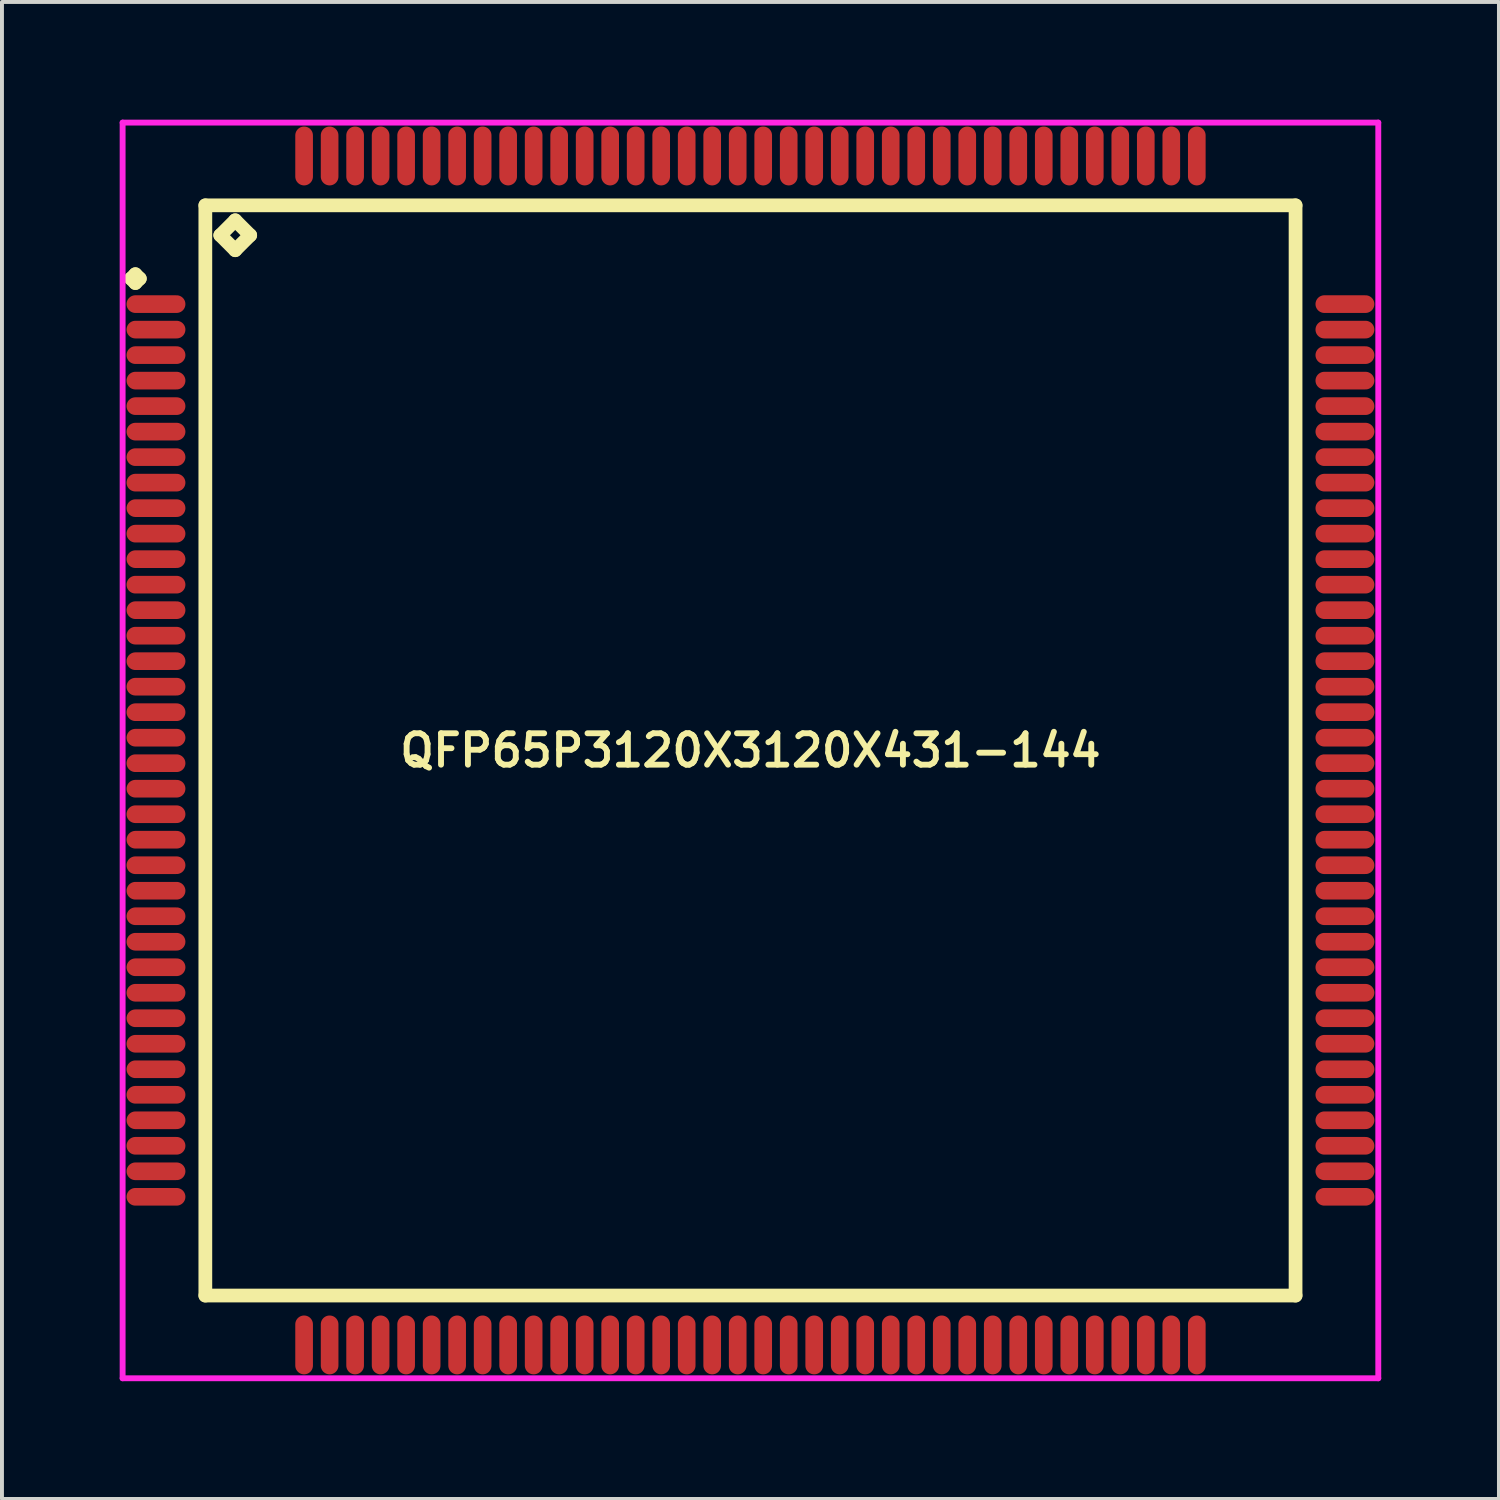
<source format=kicad_pcb>
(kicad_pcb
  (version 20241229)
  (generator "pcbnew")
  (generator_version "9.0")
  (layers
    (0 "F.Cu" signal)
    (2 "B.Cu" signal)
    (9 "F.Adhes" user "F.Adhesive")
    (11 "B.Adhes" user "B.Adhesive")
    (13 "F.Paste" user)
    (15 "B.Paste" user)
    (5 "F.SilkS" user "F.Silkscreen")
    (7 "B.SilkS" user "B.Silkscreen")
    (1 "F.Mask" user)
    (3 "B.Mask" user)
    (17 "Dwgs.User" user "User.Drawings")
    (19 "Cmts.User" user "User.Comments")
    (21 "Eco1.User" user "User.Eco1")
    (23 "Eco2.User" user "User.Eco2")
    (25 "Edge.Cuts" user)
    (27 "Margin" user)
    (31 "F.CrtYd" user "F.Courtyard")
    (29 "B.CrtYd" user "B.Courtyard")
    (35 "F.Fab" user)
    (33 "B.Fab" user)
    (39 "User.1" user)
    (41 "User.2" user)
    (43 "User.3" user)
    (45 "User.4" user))
  (footprint "QFP65P3120X3120X431-144"
    (layer "F.Cu")
    (at 16.075 16.075)
    (property "Reference" "QFP65P3120X3120X431-144" (at 0 0 0) (layer "F.SilkS") (effects (font (size 0.8 0.8) (thickness 0.15))))
    (attr smd)
    (fp_line (start -15.787 -12.025) (end -15.675 -12.137) (stroke (width 0.35) (type solid)) (layer "F.SilkS"))
    (fp_line (start -15.675 -12.137) (end -15.562 -12.025) (stroke (width 0.35) (type solid)) (layer "F.SilkS"))
    (fp_line (start -15.675 -11.912) (end -15.787 -12.025) (stroke (width 0.35) (type solid)) (layer "F.SilkS"))
    (fp_line (start -15.562 -12.025) (end -15.675 -11.912) (stroke (width 0.35) (type solid)) (layer "F.SilkS"))
    (fp_line (start -13.892 -13.892) (end -13.892 13.892) (stroke (width 0.35) (type solid)) (layer "F.SilkS"))
    (fp_line (start -13.892 13.892) (end 13.892 13.892) (stroke (width 0.35) (type solid)) (layer "F.SilkS"))
    (fp_line (start -13.511 -13.13) (end -13.13 -13.511) (stroke (width 0.35) (type solid)) (layer "F.SilkS"))
    (fp_line (start -13.13 -13.511) (end -12.749 -13.13) (stroke (width 0.35) (type solid)) (layer "F.SilkS"))
    (fp_line (start -13.13 -12.749) (end -13.511 -13.13) (stroke (width 0.35) (type solid)) (layer "F.SilkS"))
    (fp_line (start -12.749 -13.13) (end -13.13 -12.749) (stroke (width 0.35) (type solid)) (layer "F.SilkS"))
    (fp_line (start 13.892 -13.892) (end -13.892 -13.892) (stroke (width 0.35) (type solid)) (layer "F.SilkS"))
    (fp_line (start 13.892 13.892) (end 13.892 -13.892) (stroke (width 0.35) (type solid)) (layer "F.SilkS"))
    (fp_line (start -16 -16) (end 16 -16) (stroke (width 0.15) (type solid)) (layer "F.CrtYd"))
    (fp_line (start -16 16) (end -16 -16) (stroke (width 0.15) (type solid)) (layer "F.CrtYd"))
    (fp_line (start 16 -16) (end 16 16) (stroke (width 0.15) (type solid)) (layer "F.CrtYd"))
    (fp_line (start 16 16) (end -16 16) (stroke (width 0.15) (type solid)) (layer "F.CrtYd"))
    (pad "1" smd oval (at -15.15 -11.375) (size 1.5 0.45) (layers "F.Cu" "F.Mask" "F.Paste"))
    (pad "2" smd oval (at -15.15 -10.725) (size 1.5 0.45) (layers "F.Cu" "F.Mask" "F.Paste"))
    (pad "3" smd oval (at -15.15 -10.075) (size 1.5 0.45) (layers "F.Cu" "F.Mask" "F.Paste"))
    (pad "4" smd oval (at -15.15 -9.425) (size 1.5 0.45) (layers "F.Cu" "F.Mask" "F.Paste"))
    (pad "5" smd oval (at -15.15 -8.775) (size 1.5 0.45) (layers "F.Cu" "F.Mask" "F.Paste"))
    (pad "6" smd oval (at -15.15 -8.125) (size 1.5 0.45) (layers "F.Cu" "F.Mask" "F.Paste"))
    (pad "7" smd oval (at -15.15 -7.475) (size 1.5 0.45) (layers "F.Cu" "F.Mask" "F.Paste"))
    (pad "8" smd oval (at -15.15 -6.825) (size 1.5 0.45) (layers "F.Cu" "F.Mask" "F.Paste"))
    (pad "9" smd oval (at -15.15 -6.175) (size 1.5 0.45) (layers "F.Cu" "F.Mask" "F.Paste"))
    (pad "10" smd oval (at -15.15 -5.525) (size 1.5 0.45) (layers "F.Cu" "F.Mask" "F.Paste"))
    (pad "11" smd oval (at -15.15 -4.875) (size 1.5 0.45) (layers "F.Cu" "F.Mask" "F.Paste"))
    (pad "12" smd oval (at -15.15 -4.225) (size 1.5 0.45) (layers "F.Cu" "F.Mask" "F.Paste"))
    (pad "13" smd oval (at -15.15 -3.575) (size 1.5 0.45) (layers "F.Cu" "F.Mask" "F.Paste"))
    (pad "14" smd oval (at -15.15 -2.925) (size 1.5 0.45) (layers "F.Cu" "F.Mask" "F.Paste"))
    (pad "15" smd oval (at -15.15 -2.275) (size 1.5 0.45) (layers "F.Cu" "F.Mask" "F.Paste"))
    (pad "16" smd oval (at -15.15 -1.625) (size 1.5 0.45) (layers "F.Cu" "F.Mask" "F.Paste"))
    (pad "17" smd oval (at -15.15 -0.975) (size 1.5 0.45) (layers "F.Cu" "F.Mask" "F.Paste"))
    (pad "18" smd oval (at -15.15 -0.325) (size 1.5 0.45) (layers "F.Cu" "F.Mask" "F.Paste"))
    (pad "19" smd oval (at -15.15 0.325) (size 1.5 0.45) (layers "F.Cu" "F.Mask" "F.Paste"))
    (pad "20" smd oval (at -15.15 0.975) (size 1.5 0.45) (layers "F.Cu" "F.Mask" "F.Paste"))
    (pad "21" smd oval (at -15.15 1.625) (size 1.5 0.45) (layers "F.Cu" "F.Mask" "F.Paste"))
    (pad "22" smd oval (at -15.15 2.275) (size 1.5 0.45) (layers "F.Cu" "F.Mask" "F.Paste"))
    (pad "23" smd oval (at -15.15 2.925) (size 1.5 0.45) (layers "F.Cu" "F.Mask" "F.Paste"))
    (pad "24" smd oval (at -15.15 3.575) (size 1.5 0.45) (layers "F.Cu" "F.Mask" "F.Paste"))
    (pad "25" smd oval (at -15.15 4.225) (size 1.5 0.45) (layers "F.Cu" "F.Mask" "F.Paste"))
    (pad "26" smd oval (at -15.15 4.875) (size 1.5 0.45) (layers "F.Cu" "F.Mask" "F.Paste"))
    (pad "27" smd oval (at -15.15 5.525) (size 1.5 0.45) (layers "F.Cu" "F.Mask" "F.Paste"))
    (pad "28" smd oval (at -15.15 6.175) (size 1.5 0.45) (layers "F.Cu" "F.Mask" "F.Paste"))
    (pad "29" smd oval (at -15.15 6.825) (size 1.5 0.45) (layers "F.Cu" "F.Mask" "F.Paste"))
    (pad "30" smd oval (at -15.15 7.475) (size 1.5 0.45) (layers "F.Cu" "F.Mask" "F.Paste"))
    (pad "31" smd oval (at -15.15 8.125) (size 1.5 0.45) (layers "F.Cu" "F.Mask" "F.Paste"))
    (pad "32" smd oval (at -15.15 8.775) (size 1.5 0.45) (layers "F.Cu" "F.Mask" "F.Paste"))
    (pad "33" smd oval (at -15.15 9.425) (size 1.5 0.45) (layers "F.Cu" "F.Mask" "F.Paste"))
    (pad "34" smd oval (at -15.15 10.075) (size 1.5 0.45) (layers "F.Cu" "F.Mask" "F.Paste"))
    (pad "35" smd oval (at -15.15 10.725) (size 1.5 0.45) (layers "F.Cu" "F.Mask" "F.Paste"))
    (pad "36" smd oval (at -15.15 11.375) (size 1.5 0.45) (layers "F.Cu" "F.Mask" "F.Paste"))
    (pad "37" smd oval (at -11.375 15.15) (size 0.45 1.5) (layers "F.Cu" "F.Mask" "F.Paste"))
    (pad "38" smd oval (at -10.725 15.15) (size 0.45 1.5) (layers "F.Cu" "F.Mask" "F.Paste"))
    (pad "39" smd oval (at -10.075 15.15) (size 0.45 1.5) (layers "F.Cu" "F.Mask" "F.Paste"))
    (pad "40" smd oval (at -9.425 15.15) (size 0.45 1.5) (layers "F.Cu" "F.Mask" "F.Paste"))
    (pad "41" smd oval (at -8.775 15.15) (size 0.45 1.5) (layers "F.Cu" "F.Mask" "F.Paste"))
    (pad "42" smd oval (at -8.125 15.15) (size 0.45 1.5) (layers "F.Cu" "F.Mask" "F.Paste"))
    (pad "43" smd oval (at -7.475 15.15) (size 0.45 1.5) (layers "F.Cu" "F.Mask" "F.Paste"))
    (pad "44" smd oval (at -6.825 15.15) (size 0.45 1.5) (layers "F.Cu" "F.Mask" "F.Paste"))
    (pad "45" smd oval (at -6.175 15.15) (size 0.45 1.5) (layers "F.Cu" "F.Mask" "F.Paste"))
    (pad "46" smd oval (at -5.525 15.15) (size 0.45 1.5) (layers "F.Cu" "F.Mask" "F.Paste"))
    (pad "47" smd oval (at -4.875 15.15) (size 0.45 1.5) (layers "F.Cu" "F.Mask" "F.Paste"))
    (pad "48" smd oval (at -4.225 15.15) (size 0.45 1.5) (layers "F.Cu" "F.Mask" "F.Paste"))
    (pad "49" smd oval (at -3.575 15.15) (size 0.45 1.5) (layers "F.Cu" "F.Mask" "F.Paste"))
    (pad "50" smd oval (at -2.925 15.15) (size 0.45 1.5) (layers "F.Cu" "F.Mask" "F.Paste"))
    (pad "51" smd oval (at -2.275 15.15) (size 0.45 1.5) (layers "F.Cu" "F.Mask" "F.Paste"))
    (pad "52" smd oval (at -1.625 15.15) (size 0.45 1.5) (layers "F.Cu" "F.Mask" "F.Paste"))
    (pad "53" smd oval (at -0.975 15.15) (size 0.45 1.5) (layers "F.Cu" "F.Mask" "F.Paste"))
    (pad "54" smd oval (at -0.325 15.15) (size 0.45 1.5) (layers "F.Cu" "F.Mask" "F.Paste"))
    (pad "55" smd oval (at 0.325 15.15) (size 0.45 1.5) (layers "F.Cu" "F.Mask" "F.Paste"))
    (pad "56" smd oval (at 0.975 15.15) (size 0.45 1.5) (layers "F.Cu" "F.Mask" "F.Paste"))
    (pad "57" smd oval (at 1.625 15.15) (size 0.45 1.5) (layers "F.Cu" "F.Mask" "F.Paste"))
    (pad "58" smd oval (at 2.275 15.15) (size 0.45 1.5) (layers "F.Cu" "F.Mask" "F.Paste"))
    (pad "59" smd oval (at 2.925 15.15) (size 0.45 1.5) (layers "F.Cu" "F.Mask" "F.Paste"))
    (pad "60" smd oval (at 3.575 15.15) (size 0.45 1.5) (layers "F.Cu" "F.Mask" "F.Paste"))
    (pad "61" smd oval (at 4.225 15.15) (size 0.45 1.5) (layers "F.Cu" "F.Mask" "F.Paste"))
    (pad "62" smd oval (at 4.875 15.15) (size 0.45 1.5) (layers "F.Cu" "F.Mask" "F.Paste"))
    (pad "63" smd oval (at 5.525 15.15) (size 0.45 1.5) (layers "F.Cu" "F.Mask" "F.Paste"))
    (pad "64" smd oval (at 6.175 15.15) (size 0.45 1.5) (layers "F.Cu" "F.Mask" "F.Paste"))
    (pad "65" smd oval (at 6.825 15.15) (size 0.45 1.5) (layers "F.Cu" "F.Mask" "F.Paste"))
    (pad "66" smd oval (at 7.475 15.15) (size 0.45 1.5) (layers "F.Cu" "F.Mask" "F.Paste"))
    (pad "67" smd oval (at 8.125 15.15) (size 0.45 1.5) (layers "F.Cu" "F.Mask" "F.Paste"))
    (pad "68" smd oval (at 8.775 15.15) (size 0.45 1.5) (layers "F.Cu" "F.Mask" "F.Paste"))
    (pad "69" smd oval (at 9.425 15.15) (size 0.45 1.5) (layers "F.Cu" "F.Mask" "F.Paste"))
    (pad "70" smd oval (at 10.075 15.15) (size 0.45 1.5) (layers "F.Cu" "F.Mask" "F.Paste"))
    (pad "71" smd oval (at 10.725 15.15) (size 0.45 1.5) (layers "F.Cu" "F.Mask" "F.Paste"))
    (pad "72" smd oval (at 11.375 15.15) (size 0.45 1.5) (layers "F.Cu" "F.Mask" "F.Paste"))
    (pad "73" smd oval (at 15.15 11.375) (size 1.5 0.45) (layers "F.Cu" "F.Mask" "F.Paste"))
    (pad "74" smd oval (at 15.15 10.725) (size 1.5 0.45) (layers "F.Cu" "F.Mask" "F.Paste"))
    (pad "75" smd oval (at 15.15 10.075) (size 1.5 0.45) (layers "F.Cu" "F.Mask" "F.Paste"))
    (pad "76" smd oval (at 15.15 9.425) (size 1.5 0.45) (layers "F.Cu" "F.Mask" "F.Paste"))
    (pad "77" smd oval (at 15.15 8.775) (size 1.5 0.45) (layers "F.Cu" "F.Mask" "F.Paste"))
    (pad "78" smd oval (at 15.15 8.125) (size 1.5 0.45) (layers "F.Cu" "F.Mask" "F.Paste"))
    (pad "79" smd oval (at 15.15 7.475) (size 1.5 0.45) (layers "F.Cu" "F.Mask" "F.Paste"))
    (pad "80" smd oval (at 15.15 6.825) (size 1.5 0.45) (layers "F.Cu" "F.Mask" "F.Paste"))
    (pad "81" smd oval (at 15.15 6.175) (size 1.5 0.45) (layers "F.Cu" "F.Mask" "F.Paste"))
    (pad "82" smd oval (at 15.15 5.525) (size 1.5 0.45) (layers "F.Cu" "F.Mask" "F.Paste"))
    (pad "83" smd oval (at 15.15 4.875) (size 1.5 0.45) (layers "F.Cu" "F.Mask" "F.Paste"))
    (pad "84" smd oval (at 15.15 4.225) (size 1.5 0.45) (layers "F.Cu" "F.Mask" "F.Paste"))
    (pad "85" smd oval (at 15.15 3.575) (size 1.5 0.45) (layers "F.Cu" "F.Mask" "F.Paste"))
    (pad "86" smd oval (at 15.15 2.925) (size 1.5 0.45) (layers "F.Cu" "F.Mask" "F.Paste"))
    (pad "87" smd oval (at 15.15 2.275) (size 1.5 0.45) (layers "F.Cu" "F.Mask" "F.Paste"))
    (pad "88" smd oval (at 15.15 1.625) (size 1.5 0.45) (layers "F.Cu" "F.Mask" "F.Paste"))
    (pad "89" smd oval (at 15.15 0.975) (size 1.5 0.45) (layers "F.Cu" "F.Mask" "F.Paste"))
    (pad "90" smd oval (at 15.15 0.325) (size 1.5 0.45) (layers "F.Cu" "F.Mask" "F.Paste"))
    (pad "91" smd oval (at 15.15 -0.325) (size 1.5 0.45) (layers "F.Cu" "F.Mask" "F.Paste"))
    (pad "92" smd oval (at 15.15 -0.975) (size 1.5 0.45) (layers "F.Cu" "F.Mask" "F.Paste"))
    (pad "93" smd oval (at 15.15 -1.625) (size 1.5 0.45) (layers "F.Cu" "F.Mask" "F.Paste"))
    (pad "94" smd oval (at 15.15 -2.275) (size 1.5 0.45) (layers "F.Cu" "F.Mask" "F.Paste"))
    (pad "95" smd oval (at 15.15 -2.925) (size 1.5 0.45) (layers "F.Cu" "F.Mask" "F.Paste"))
    (pad "96" smd oval (at 15.15 -3.575) (size 1.5 0.45) (layers "F.Cu" "F.Mask" "F.Paste"))
    (pad "97" smd oval (at 15.15 -4.225) (size 1.5 0.45) (layers "F.Cu" "F.Mask" "F.Paste"))
    (pad "98" smd oval (at 15.15 -4.875) (size 1.5 0.45) (layers "F.Cu" "F.Mask" "F.Paste"))
    (pad "99" smd oval (at 15.15 -5.525) (size 1.5 0.45) (layers "F.Cu" "F.Mask" "F.Paste"))
    (pad "100" smd oval (at 15.15 -6.175) (size 1.5 0.45) (layers "F.Cu" "F.Mask" "F.Paste"))
    (pad "101" smd oval (at 15.15 -6.825) (size 1.5 0.45) (layers "F.Cu" "F.Mask" "F.Paste"))
    (pad "102" smd oval (at 15.15 -7.475) (size 1.5 0.45) (layers "F.Cu" "F.Mask" "F.Paste"))
    (pad "103" smd oval (at 15.15 -8.125) (size 1.5 0.45) (layers "F.Cu" "F.Mask" "F.Paste"))
    (pad "104" smd oval (at 15.15 -8.775) (size 1.5 0.45) (layers "F.Cu" "F.Mask" "F.Paste"))
    (pad "105" smd oval (at 15.15 -9.425) (size 1.5 0.45) (layers "F.Cu" "F.Mask" "F.Paste"))
    (pad "106" smd oval (at 15.15 -10.075) (size 1.5 0.45) (layers "F.Cu" "F.Mask" "F.Paste"))
    (pad "107" smd oval (at 15.15 -10.725) (size 1.5 0.45) (layers "F.Cu" "F.Mask" "F.Paste"))
    (pad "108" smd oval (at 15.15 -11.375) (size 1.5 0.45) (layers "F.Cu" "F.Mask" "F.Paste"))
    (pad "109" smd oval (at 11.375 -15.15) (size 0.45 1.5) (layers "F.Cu" "F.Mask" "F.Paste"))
    (pad "110" smd oval (at 10.725 -15.15) (size 0.45 1.5) (layers "F.Cu" "F.Mask" "F.Paste"))
    (pad "111" smd oval (at 10.075 -15.15) (size 0.45 1.5) (layers "F.Cu" "F.Mask" "F.Paste"))
    (pad "112" smd oval (at 9.425 -15.15) (size 0.45 1.5) (layers "F.Cu" "F.Mask" "F.Paste"))
    (pad "113" smd oval (at 8.775 -15.15) (size 0.45 1.5) (layers "F.Cu" "F.Mask" "F.Paste"))
    (pad "114" smd oval (at 8.125 -15.15) (size 0.45 1.5) (layers "F.Cu" "F.Mask" "F.Paste"))
    (pad "115" smd oval (at 7.475 -15.15) (size 0.45 1.5) (layers "F.Cu" "F.Mask" "F.Paste"))
    (pad "116" smd oval (at 6.825 -15.15) (size 0.45 1.5) (layers "F.Cu" "F.Mask" "F.Paste"))
    (pad "117" smd oval (at 6.175 -15.15) (size 0.45 1.5) (layers "F.Cu" "F.Mask" "F.Paste"))
    (pad "118" smd oval (at 5.525 -15.15) (size 0.45 1.5) (layers "F.Cu" "F.Mask" "F.Paste"))
    (pad "119" smd oval (at 4.875 -15.15) (size 0.45 1.5) (layers "F.Cu" "F.Mask" "F.Paste"))
    (pad "120" smd oval (at 4.225 -15.15) (size 0.45 1.5) (layers "F.Cu" "F.Mask" "F.Paste"))
    (pad "121" smd oval (at 3.575 -15.15) (size 0.45 1.5) (layers "F.Cu" "F.Mask" "F.Paste"))
    (pad "122" smd oval (at 2.925 -15.15) (size 0.45 1.5) (layers "F.Cu" "F.Mask" "F.Paste"))
    (pad "123" smd oval (at 2.275 -15.15) (size 0.45 1.5) (layers "F.Cu" "F.Mask" "F.Paste"))
    (pad "124" smd oval (at 1.625 -15.15) (size 0.45 1.5) (layers "F.Cu" "F.Mask" "F.Paste"))
    (pad "125" smd oval (at 0.975 -15.15) (size 0.45 1.5) (layers "F.Cu" "F.Mask" "F.Paste"))
    (pad "126" smd oval (at 0.325 -15.15) (size 0.45 1.5) (layers "F.Cu" "F.Mask" "F.Paste"))
    (pad "127" smd oval (at -0.325 -15.15) (size 0.45 1.5) (layers "F.Cu" "F.Mask" "F.Paste"))
    (pad "128" smd oval (at -0.975 -15.15) (size 0.45 1.5) (layers "F.Cu" "F.Mask" "F.Paste"))
    (pad "129" smd oval (at -1.625 -15.15) (size 0.45 1.5) (layers "F.Cu" "F.Mask" "F.Paste"))
    (pad "130" smd oval (at -2.275 -15.15) (size 0.45 1.5) (layers "F.Cu" "F.Mask" "F.Paste"))
    (pad "131" smd oval (at -2.925 -15.15) (size 0.45 1.5) (layers "F.Cu" "F.Mask" "F.Paste"))
    (pad "132" smd oval (at -3.575 -15.15) (size 0.45 1.5) (layers "F.Cu" "F.Mask" "F.Paste"))
    (pad "133" smd oval (at -4.225 -15.15) (size 0.45 1.5) (layers "F.Cu" "F.Mask" "F.Paste"))
    (pad "134" smd oval (at -4.875 -15.15) (size 0.45 1.5) (layers "F.Cu" "F.Mask" "F.Paste"))
    (pad "135" smd oval (at -5.525 -15.15) (size 0.45 1.5) (layers "F.Cu" "F.Mask" "F.Paste"))
    (pad "136" smd oval (at -6.175 -15.15) (size 0.45 1.5) (layers "F.Cu" "F.Mask" "F.Paste"))
    (pad "137" smd oval (at -6.825 -15.15) (size 0.45 1.5) (layers "F.Cu" "F.Mask" "F.Paste"))
    (pad "138" smd oval (at -7.475 -15.15) (size 0.45 1.5) (layers "F.Cu" "F.Mask" "F.Paste"))
    (pad "139" smd oval (at -8.125 -15.15) (size 0.45 1.5) (layers "F.Cu" "F.Mask" "F.Paste"))
    (pad "140" smd oval (at -8.775 -15.15) (size 0.45 1.5) (layers "F.Cu" "F.Mask" "F.Paste"))
    (pad "141" smd oval (at -9.425 -15.15) (size 0.45 1.5) (layers "F.Cu" "F.Mask" "F.Paste"))
    (pad "142" smd oval (at -10.075 -15.15) (size 0.45 1.5) (layers "F.Cu" "F.Mask" "F.Paste"))
    (pad "143" smd oval (at -10.725 -15.15) (size 0.45 1.5) (layers "F.Cu" "F.Mask" "F.Paste"))
    (pad "144" smd oval (at -11.375 -15.15) (size 0.45 1.5) (layers "F.Cu" "F.Mask" "F.Paste")))
  (gr_rect
    (start -3 -3)
    (end 35.15 35.15)
    (stroke (width 0.1) (type default))
    (fill no)
    (layer "Edge.Cuts")))
</source>
